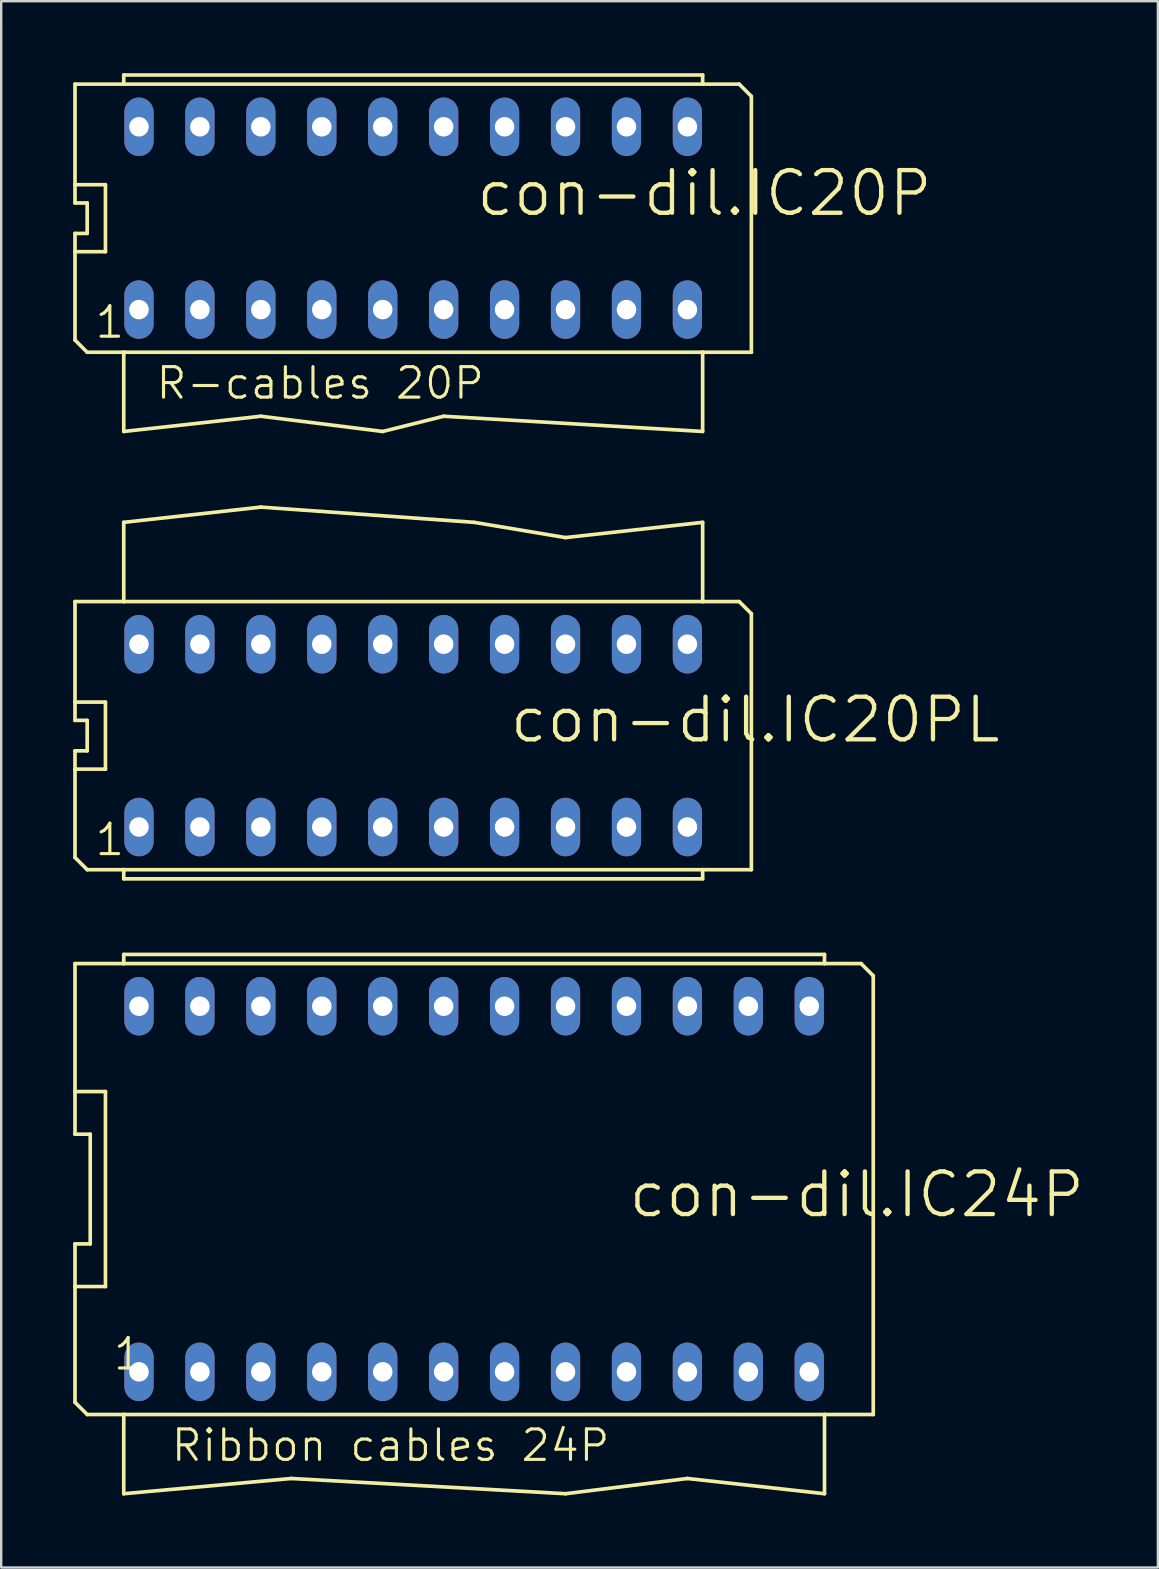
<source format=kicad_pcb>
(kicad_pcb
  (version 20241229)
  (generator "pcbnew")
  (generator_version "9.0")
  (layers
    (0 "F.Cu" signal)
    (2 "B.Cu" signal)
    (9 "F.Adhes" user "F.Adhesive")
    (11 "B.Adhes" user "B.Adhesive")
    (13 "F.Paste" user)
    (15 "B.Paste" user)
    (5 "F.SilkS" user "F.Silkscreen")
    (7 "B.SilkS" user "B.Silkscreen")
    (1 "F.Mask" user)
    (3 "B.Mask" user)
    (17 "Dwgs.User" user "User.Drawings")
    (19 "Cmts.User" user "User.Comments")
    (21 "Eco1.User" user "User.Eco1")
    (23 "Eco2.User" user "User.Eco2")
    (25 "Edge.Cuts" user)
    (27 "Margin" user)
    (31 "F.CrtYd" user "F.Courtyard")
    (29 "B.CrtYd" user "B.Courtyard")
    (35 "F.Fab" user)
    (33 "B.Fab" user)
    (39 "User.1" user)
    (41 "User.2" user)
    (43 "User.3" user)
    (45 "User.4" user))
  (footprint "con-dil.IC24P"
    (layer "F.Cu")
    (at 16.713 46.513)
    (property "Reference" "con-dil.IC24P" (at 6.35 1.27 180) (layer "F.SilkS") (effects (font (size 1.778 1.778) (thickness 0.18)) (justify left bottom)))
    (attr through_hole)
    (fp_line (start -16.637 -9.398) (end -16.637 -4.064) (stroke (width 0.152) (type default)) (layer "F.SilkS"))
    (fp_line (start -16.637 -4.064) (end -16.637 -2.286) (stroke (width 0.152) (type default)) (layer "F.SilkS"))
    (fp_line (start -16.637 2.286) (end -16.637 4.064) (stroke (width 0.152) (type default)) (layer "F.SilkS"))
    (fp_line (start -16.637 2.286) (end -16.002 2.286) (stroke (width 0.152) (type default)) (layer "F.SilkS"))
    (fp_line (start -16.637 4.064) (end -16.637 8.89) (stroke (width 0.152) (type default)) (layer "F.SilkS"))
    (fp_line (start -16.637 4.064) (end -15.367 4.064) (stroke (width 0.152) (type default)) (layer "F.SilkS"))
    (fp_line (start -16.637 8.89) (end -16.129 9.398) (stroke (width 0.152) (type default)) (layer "F.SilkS"))
    (fp_line (start -16.129 9.398) (end -14.605 9.398) (stroke (width 0.152) (type default)) (layer "F.SilkS"))
    (fp_line (start -16.002 -2.286) (end -16.637 -2.286) (stroke (width 0.152) (type default)) (layer "F.SilkS"))
    (fp_line (start -16.002 -2.286) (end -16.002 2.286) (stroke (width 0.152) (type default)) (layer "F.SilkS"))
    (fp_line (start -15.367 -4.064) (end -16.637 -4.064) (stroke (width 0.152) (type default)) (layer "F.SilkS"))
    (fp_line (start -15.367 -4.064) (end -15.367 4.064) (stroke (width 0.152) (type default)) (layer "F.SilkS"))
    (fp_line (start -14.605 -9.779) (end -14.605 -9.398) (stroke (width 0.152) (type default)) (layer "F.SilkS"))
    (fp_line (start -14.605 -9.398) (end -16.637 -9.398) (stroke (width 0.152) (type default)) (layer "F.SilkS"))
    (fp_line (start -14.605 9.398) (end 14.605 9.398) (stroke (width 0.152) (type default)) (layer "F.SilkS"))
    (fp_line (start -14.605 12.7) (end -14.605 9.398) (stroke (width 0.152) (type default)) (layer "F.SilkS"))
    (fp_line (start -7.62 12.065) (end -14.605 12.7) (stroke (width 0.152) (type default)) (layer "F.SilkS"))
    (fp_line (start 3.81 12.7) (end -7.62 12.065) (stroke (width 0.152) (type default)) (layer "F.SilkS"))
    (fp_line (start 8.89 12.065) (end 3.81 12.7) (stroke (width 0.152) (type default)) (layer "F.SilkS"))
    (fp_line (start 14.605 -9.779) (end -14.605 -9.779) (stroke (width 0.152) (type default)) (layer "F.SilkS"))
    (fp_line (start 14.605 -9.398) (end -14.605 -9.398) (stroke (width 0.152) (type default)) (layer "F.SilkS"))
    (fp_line (start 14.605 -9.398) (end 14.605 -9.779) (stroke (width 0.152) (type default)) (layer "F.SilkS"))
    (fp_line (start 14.605 9.398) (end 14.605 12.7) (stroke (width 0.152) (type default)) (layer "F.SilkS"))
    (fp_line (start 14.605 9.398) (end 16.637 9.398) (stroke (width 0.152) (type default)) (layer "F.SilkS"))
    (fp_line (start 14.605 12.7) (end 8.89 12.065) (stroke (width 0.152) (type default)) (layer "F.SilkS"))
    (fp_line (start 16.129 -9.398) (end 14.605 -9.398) (stroke (width 0.152) (type default)) (layer "F.SilkS"))
    (fp_line (start 16.129 -9.398) (end 16.637 -8.89) (stroke (width 0.152) (type default)) (layer "F.SilkS"))
    (fp_line (start 16.637 -8.89) (end 16.637 9.398) (stroke (width 0.152) (type default)) (layer "F.SilkS"))
    (fp_text user "1" (at -15.113 7.62 180) (layer "F.SilkS") (effects (font (size 1.27 1.27) (thickness 0.13)) (justify left bottom)))
    (fp_text user "Ribbon cables 24P" (at -12.7 11.43 0) (layer "F.SilkS") (effects (font (size 1.27 1.27) (thickness 0.13)) (justify left bottom)))
    (pad "1" thru_hole oval (at -13.97 7.62 90) (size 2.438 1.219) (drill 0.813) (layers "*.Cu" "*.Mask"))
    (pad "2" thru_hole oval (at -11.43 7.62 90) (size 2.438 1.219) (drill 0.813) (layers "*.Cu" "*.Mask"))
    (pad "3" thru_hole oval (at -8.89 7.62 90) (size 2.438 1.219) (drill 0.813) (layers "*.Cu" "*.Mask"))
    (pad "4" thru_hole oval (at -6.35 7.62 90) (size 2.438 1.219) (drill 0.813) (layers "*.Cu" "*.Mask"))
    (pad "5" thru_hole oval (at -3.81 7.62 90) (size 2.438 1.219) (drill 0.813) (layers "*.Cu" "*.Mask"))
    (pad "6" thru_hole oval (at -1.27 7.62 90) (size 2.438 1.219) (drill 0.813) (layers "*.Cu" "*.Mask"))
    (pad "7" thru_hole oval (at 1.27 7.62 90) (size 2.438 1.219) (drill 0.813) (layers "*.Cu" "*.Mask"))
    (pad "8" thru_hole oval (at 3.81 7.62 90) (size 2.438 1.219) (drill 0.813) (layers "*.Cu" "*.Mask"))
    (pad "9" thru_hole oval (at 6.35 7.62 90) (size 2.438 1.219) (drill 0.813) (layers "*.Cu" "*.Mask"))
    (pad "10" thru_hole oval (at 8.89 7.62 90) (size 2.438 1.219) (drill 0.813) (layers "*.Cu" "*.Mask"))
    (pad "11" thru_hole oval (at 11.43 7.62 90) (size 2.438 1.219) (drill 0.813) (layers "*.Cu" "*.Mask"))
    (pad "12" thru_hole oval (at 13.97 7.62 90) (size 2.438 1.219) (drill 0.813) (layers "*.Cu" "*.Mask"))
    (pad "13" thru_hole oval (at 13.97 -7.62 90) (size 2.438 1.219) (drill 0.813) (layers "*.Cu" "*.Mask"))
    (pad "14" thru_hole oval (at 11.43 -7.62 90) (size 2.438 1.219) (drill 0.813) (layers "*.Cu" "*.Mask"))
    (pad "15" thru_hole oval (at 8.89 -7.62 90) (size 2.438 1.219) (drill 0.813) (layers "*.Cu" "*.Mask"))
    (pad "16" thru_hole oval (at 6.35 -7.62 90) (size 2.438 1.219) (drill 0.813) (layers "*.Cu" "*.Mask"))
    (pad "17" thru_hole oval (at 3.81 -7.62 90) (size 2.438 1.219) (drill 0.813) (layers "*.Cu" "*.Mask"))
    (pad "18" thru_hole oval (at 1.27 -7.62 90) (size 2.438 1.219) (drill 0.813) (layers "*.Cu" "*.Mask"))
    (pad "19" thru_hole oval (at -1.27 -7.62 90) (size 2.438 1.219) (drill 0.813) (layers "*.Cu" "*.Mask"))
    (pad "20" thru_hole oval (at -3.81 -7.62 90) (size 2.438 1.219) (drill 0.813) (layers "*.Cu" "*.Mask"))
    (pad "21" thru_hole oval (at -6.35 -7.62 90) (size 2.438 1.219) (drill 0.813) (layers "*.Cu" "*.Mask"))
    (pad "22" thru_hole oval (at -8.89 -7.62 90) (size 2.438 1.219) (drill 0.813) (layers "*.Cu" "*.Mask"))
    (pad "23" thru_hole oval (at -11.43 -7.62 90) (size 2.438 1.219) (drill 0.813) (layers "*.Cu" "*.Mask"))
    (pad "24" thru_hole oval (at -13.97 -7.62 90) (size 2.438 1.219) (drill 0.813) (layers "*.Cu" "*.Mask")))
  (footprint "con-dil.IC20PL"
    (layer "F.Cu")
    (at 14.173 27.613)
    (property "Reference" "con-dil.IC20PL" (at 3.937 0.381 180) (layer "F.SilkS") (effects (font (size 1.778 1.778) (thickness 0.18)) (justify left bottom)))
    (attr through_hole)
    (fp_line (start -14.097 -1.397) (end -14.097 -5.588) (stroke (width 0.152) (type default)) (layer "F.SilkS"))
    (fp_line (start -14.097 -0.635) (end -14.097 -1.397) (stroke (width 0.152) (type default)) (layer "F.SilkS"))
    (fp_line (start -14.097 0.635) (end -13.589 0.635) (stroke (width 0.152) (type default)) (layer "F.SilkS"))
    (fp_line (start -14.097 1.397) (end -14.097 0.635) (stroke (width 0.152) (type default)) (layer "F.SilkS"))
    (fp_line (start -14.097 1.397) (end -12.827 1.397) (stroke (width 0.152) (type default)) (layer "F.SilkS"))
    (fp_line (start -14.097 5.08) (end -14.097 1.397) (stroke (width 0.152) (type default)) (layer "F.SilkS"))
    (fp_line (start -13.589 -0.635) (end -14.097 -0.635) (stroke (width 0.152) (type default)) (layer "F.SilkS"))
    (fp_line (start -13.589 -0.635) (end -13.589 0.635) (stroke (width 0.152) (type default)) (layer "F.SilkS"))
    (fp_line (start -13.589 5.588) (end -14.097 5.08) (stroke (width 0.152) (type default)) (layer "F.SilkS"))
    (fp_line (start -13.589 5.588) (end -12.065 5.588) (stroke (width 0.152) (type default)) (layer "F.SilkS"))
    (fp_line (start -12.827 -1.397) (end -14.097 -1.397) (stroke (width 0.152) (type default)) (layer "F.SilkS"))
    (fp_line (start -12.827 -1.397) (end -12.827 1.397) (stroke (width 0.152) (type default)) (layer "F.SilkS"))
    (fp_line (start -12.065 -8.89) (end -12.065 -5.588) (stroke (width 0.152) (type default)) (layer "F.SilkS"))
    (fp_line (start -12.065 -8.89) (end -6.35 -9.525) (stroke (width 0.152) (type default)) (layer "F.SilkS"))
    (fp_line (start -12.065 -5.588) (end -14.097 -5.588) (stroke (width 0.152) (type default)) (layer "F.SilkS"))
    (fp_line (start -12.065 5.588) (end 12.065 5.588) (stroke (width 0.152) (type default)) (layer "F.SilkS"))
    (fp_line (start -12.065 5.969) (end -12.065 5.588) (stroke (width 0.152) (type default)) (layer "F.SilkS"))
    (fp_line (start -12.065 5.969) (end 12.065 5.969) (stroke (width 0.152) (type default)) (layer "F.SilkS"))
    (fp_line (start -6.35 -9.525) (end 2.54 -8.89) (stroke (width 0.152) (type default)) (layer "F.SilkS"))
    (fp_line (start 2.54 -8.89) (end 6.35 -8.255) (stroke (width 0.152) (type default)) (layer "F.SilkS"))
    (fp_line (start 6.35 -8.255) (end 12.065 -8.89) (stroke (width 0.152) (type default)) (layer "F.SilkS"))
    (fp_line (start 12.065 -5.588) (end -12.065 -5.588) (stroke (width 0.152) (type default)) (layer "F.SilkS"))
    (fp_line (start 12.065 -5.588) (end 12.065 -8.89) (stroke (width 0.152) (type default)) (layer "F.SilkS"))
    (fp_line (start 12.065 5.588) (end 12.065 5.969) (stroke (width 0.152) (type default)) (layer "F.SilkS"))
    (fp_line (start 12.065 5.588) (end 14.097 5.588) (stroke (width 0.152) (type default)) (layer "F.SilkS"))
    (fp_line (start 13.589 -5.588) (end 12.065 -5.588) (stroke (width 0.152) (type default)) (layer "F.SilkS"))
    (fp_line (start 14.097 -5.08) (end 13.589 -5.588) (stroke (width 0.152) (type default)) (layer "F.SilkS"))
    (fp_line (start 14.097 5.588) (end 14.097 -5.08) (stroke (width 0.152) (type default)) (layer "F.SilkS"))
    (fp_text user "1" (at -13.335 5.08 0) (layer "F.SilkS") (effects (font (size 1.27 1.27) (thickness 0.13)) (justify left bottom)))
    (pad "1" thru_hole oval (at -11.43 3.81 90) (size 2.438 1.219) (drill 0.813) (layers "*.Cu" "*.Mask"))
    (pad "2" thru_hole oval (at -8.89 3.81 90) (size 2.438 1.219) (drill 0.813) (layers "*.Cu" "*.Mask"))
    (pad "3" thru_hole oval (at -6.35 3.81 90) (size 2.438 1.219) (drill 0.813) (layers "*.Cu" "*.Mask"))
    (pad "4" thru_hole oval (at -3.81 3.81 90) (size 2.438 1.219) (drill 0.813) (layers "*.Cu" "*.Mask"))
    (pad "5" thru_hole oval (at -1.27 3.81 90) (size 2.438 1.219) (drill 0.813) (layers "*.Cu" "*.Mask"))
    (pad "6" thru_hole oval (at 1.27 3.81 90) (size 2.438 1.219) (drill 0.813) (layers "*.Cu" "*.Mask"))
    (pad "7" thru_hole oval (at 3.81 3.81 90) (size 2.438 1.219) (drill 0.813) (layers "*.Cu" "*.Mask"))
    (pad "8" thru_hole oval (at 6.35 3.81 90) (size 2.438 1.219) (drill 0.813) (layers "*.Cu" "*.Mask"))
    (pad "9" thru_hole oval (at 8.89 3.81 90) (size 2.438 1.219) (drill 0.813) (layers "*.Cu" "*.Mask"))
    (pad "10" thru_hole oval (at 11.43 3.81 90) (size 2.438 1.219) (drill 0.813) (layers "*.Cu" "*.Mask"))
    (pad "11" thru_hole oval (at 11.43 -3.81 90) (size 2.438 1.219) (drill 0.813) (layers "*.Cu" "*.Mask"))
    (pad "12" thru_hole oval (at 8.89 -3.81 90) (size 2.438 1.219) (drill 0.813) (layers "*.Cu" "*.Mask"))
    (pad "13" thru_hole oval (at 6.35 -3.81 90) (size 2.438 1.219) (drill 0.813) (layers "*.Cu" "*.Mask"))
    (pad "14" thru_hole oval (at 3.81 -3.81 90) (size 2.438 1.219) (drill 0.813) (layers "*.Cu" "*.Mask"))
    (pad "15" thru_hole oval (at 1.27 -3.81 90) (size 2.438 1.219) (drill 0.813) (layers "*.Cu" "*.Mask"))
    (pad "16" thru_hole oval (at -1.27 -3.81 90) (size 2.438 1.219) (drill 0.813) (layers "*.Cu" "*.Mask"))
    (pad "17" thru_hole oval (at -3.81 -3.81 90) (size 2.438 1.219) (drill 0.813) (layers "*.Cu" "*.Mask"))
    (pad "18" thru_hole oval (at -6.35 -3.81 90) (size 2.438 1.219) (drill 0.813) (layers "*.Cu" "*.Mask"))
    (pad "19" thru_hole oval (at -8.89 -3.81 90) (size 2.438 1.219) (drill 0.813) (layers "*.Cu" "*.Mask"))
    (pad "20" thru_hole oval (at -11.43 -3.81 90) (size 2.438 1.219) (drill 0.813) (layers "*.Cu" "*.Mask")))
  (footprint "con-dil.IC20P"
    (layer "F.Cu")
    (at 14.173 6.045)
    (property "Reference" "con-dil.IC20P" (at 2.54 0 180) (layer "F.SilkS") (effects (font (size 1.778 1.778) (thickness 0.18)) (justify left bottom)))
    (attr through_hole)
    (fp_line (start -14.097 -1.397) (end -14.097 -5.588) (stroke (width 0.152) (type default)) (layer "F.SilkS"))
    (fp_line (start -14.097 -0.635) (end -14.097 -1.397) (stroke (width 0.152) (type default)) (layer "F.SilkS"))
    (fp_line (start -14.097 0.635) (end -13.589 0.635) (stroke (width 0.152) (type default)) (layer "F.SilkS"))
    (fp_line (start -14.097 1.397) (end -14.097 0.635) (stroke (width 0.152) (type default)) (layer "F.SilkS"))
    (fp_line (start -14.097 1.397) (end -12.827 1.397) (stroke (width 0.152) (type default)) (layer "F.SilkS"))
    (fp_line (start -14.097 5.08) (end -14.097 1.397) (stroke (width 0.152) (type default)) (layer "F.SilkS"))
    (fp_line (start -13.589 -0.635) (end -14.097 -0.635) (stroke (width 0.152) (type default)) (layer "F.SilkS"))
    (fp_line (start -13.589 -0.635) (end -13.589 0.635) (stroke (width 0.152) (type default)) (layer "F.SilkS"))
    (fp_line (start -13.589 5.588) (end -14.097 5.08) (stroke (width 0.152) (type default)) (layer "F.SilkS"))
    (fp_line (start -13.589 5.588) (end -12.065 5.588) (stroke (width 0.152) (type default)) (layer "F.SilkS"))
    (fp_line (start -12.827 -1.397) (end -14.097 -1.397) (stroke (width 0.152) (type default)) (layer "F.SilkS"))
    (fp_line (start -12.827 -1.397) (end -12.827 1.397) (stroke (width 0.152) (type default)) (layer "F.SilkS"))
    (fp_line (start -12.065 -5.969) (end 12.065 -5.969) (stroke (width 0.152) (type default)) (layer "F.SilkS"))
    (fp_line (start -12.065 -5.588) (end -14.097 -5.588) (stroke (width 0.152) (type default)) (layer "F.SilkS"))
    (fp_line (start -12.065 -5.588) (end -12.065 -5.969) (stroke (width 0.152) (type default)) (layer "F.SilkS"))
    (fp_line (start -12.065 5.588) (end -12.065 8.89) (stroke (width 0.152) (type default)) (layer "F.SilkS"))
    (fp_line (start -12.065 5.588) (end 12.065 5.588) (stroke (width 0.152) (type default)) (layer "F.SilkS"))
    (fp_line (start -12.065 8.89) (end -6.35 8.255) (stroke (width 0.152) (type default)) (layer "F.SilkS"))
    (fp_line (start -6.35 8.255) (end -1.27 8.89) (stroke (width 0.152) (type default)) (layer "F.SilkS"))
    (fp_line (start -1.27 8.89) (end 1.27 8.255) (stroke (width 0.152) (type default)) (layer "F.SilkS"))
    (fp_line (start 1.27 8.255) (end 12.065 8.89) (stroke (width 0.152) (type default)) (layer "F.SilkS"))
    (fp_line (start 12.065 -5.969) (end 12.065 -5.588) (stroke (width 0.152) (type default)) (layer "F.SilkS"))
    (fp_line (start 12.065 -5.588) (end -12.065 -5.588) (stroke (width 0.152) (type default)) (layer "F.SilkS"))
    (fp_line (start 12.065 5.588) (end 14.097 5.588) (stroke (width 0.152) (type default)) (layer "F.SilkS"))
    (fp_line (start 12.065 8.89) (end 12.065 5.588) (stroke (width 0.152) (type default)) (layer "F.SilkS"))
    (fp_line (start 13.589 -5.588) (end 12.065 -5.588) (stroke (width 0.152) (type default)) (layer "F.SilkS"))
    (fp_line (start 14.097 -5.08) (end 13.589 -5.588) (stroke (width 0.152) (type default)) (layer "F.SilkS"))
    (fp_line (start 14.097 5.588) (end 14.097 -5.08) (stroke (width 0.152) (type default)) (layer "F.SilkS"))
    (fp_text user "R-cables 20P" (at -10.795 7.62 0) (layer "F.SilkS") (effects (font (size 1.27 1.27) (thickness 0.13)) (justify left bottom)))
    (fp_text user "1" (at -13.335 5.08 0) (layer "F.SilkS") (effects (font (size 1.27 1.27) (thickness 0.13)) (justify left bottom)))
    (pad "1" thru_hole oval (at -11.43 3.81 90) (size 2.438 1.219) (drill 0.813) (layers "*.Cu" "*.Mask"))
    (pad "2" thru_hole oval (at -8.89 3.81 90) (size 2.438 1.219) (drill 0.813) (layers "*.Cu" "*.Mask"))
    (pad "3" thru_hole oval (at -6.35 3.81 90) (size 2.438 1.219) (drill 0.813) (layers "*.Cu" "*.Mask"))
    (pad "4" thru_hole oval (at -3.81 3.81 90) (size 2.438 1.219) (drill 0.813) (layers "*.Cu" "*.Mask"))
    (pad "5" thru_hole oval (at -1.27 3.81 90) (size 2.438 1.219) (drill 0.813) (layers "*.Cu" "*.Mask"))
    (pad "6" thru_hole oval (at 1.27 3.81 90) (size 2.438 1.219) (drill 0.813) (layers "*.Cu" "*.Mask"))
    (pad "7" thru_hole oval (at 3.81 3.81 90) (size 2.438 1.219) (drill 0.813) (layers "*.Cu" "*.Mask"))
    (pad "8" thru_hole oval (at 6.35 3.81 90) (size 2.438 1.219) (drill 0.813) (layers "*.Cu" "*.Mask"))
    (pad "9" thru_hole oval (at 8.89 3.81 90) (size 2.438 1.219) (drill 0.813) (layers "*.Cu" "*.Mask"))
    (pad "10" thru_hole oval (at 11.43 3.81 90) (size 2.438 1.219) (drill 0.813) (layers "*.Cu" "*.Mask"))
    (pad "11" thru_hole oval (at 11.43 -3.81 90) (size 2.438 1.219) (drill 0.813) (layers "*.Cu" "*.Mask"))
    (pad "12" thru_hole oval (at 8.89 -3.81 90) (size 2.438 1.219) (drill 0.813) (layers "*.Cu" "*.Mask"))
    (pad "13" thru_hole oval (at 6.35 -3.81 90) (size 2.438 1.219) (drill 0.813) (layers "*.Cu" "*.Mask"))
    (pad "14" thru_hole oval (at 3.81 -3.81 90) (size 2.438 1.219) (drill 0.813) (layers "*.Cu" "*.Mask"))
    (pad "15" thru_hole oval (at 1.27 -3.81 90) (size 2.438 1.219) (drill 0.813) (layers "*.Cu" "*.Mask"))
    (pad "16" thru_hole oval (at -1.27 -3.81 90) (size 2.438 1.219) (drill 0.813) (layers "*.Cu" "*.Mask"))
    (pad "17" thru_hole oval (at -3.81 -3.81 90) (size 2.438 1.219) (drill 0.813) (layers "*.Cu" "*.Mask"))
    (pad "18" thru_hole oval (at -6.35 -3.81 90) (size 2.438 1.219) (drill 0.813) (layers "*.Cu" "*.Mask"))
    (pad "19" thru_hole oval (at -8.89 -3.81 90) (size 2.438 1.219) (drill 0.813) (layers "*.Cu" "*.Mask"))
    (pad "20" thru_hole oval (at -11.43 -3.81 90) (size 2.438 1.219) (drill 0.813) (layers "*.Cu" "*.Mask")))
  (gr_rect
    (start -3 -3)
    (end 45.213 62.289)
    (stroke (width 0.1) (type default))
    (fill no)
    (layer "Edge.Cuts")))
</source>
